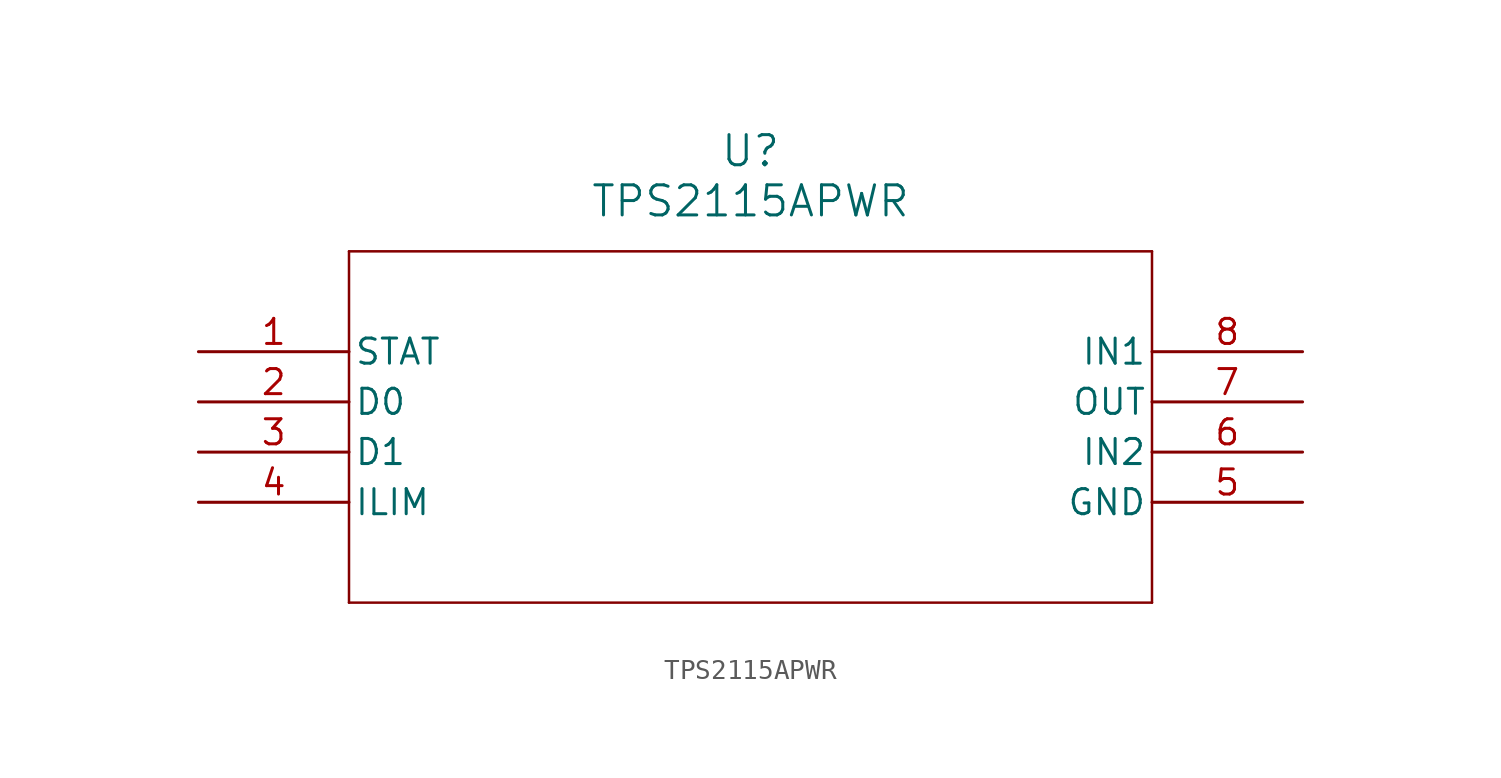
<source format=kicad_sym>
(kicad_symbol_lib
  (version 20211014)
  (generator kicad_symbol_editor)
  (symbol "TPS2115APWR"
    (pin_names
      (offset 0.254))
    (property "Reference" "U"
      (at 27.94 10.16 0)
      (effects (font (size 1.524 1.524))))
    (property "Value" "TPS2115APWR"
      (at 27.94 7.62 0)
      (effects (font (size 1.524 1.524))))
    (symbol "TPS2115APWR_0_1"
      (polyline (pts (xy 7.62 5.08) (xy 7.62 -12.7)) (stroke (width 0.127) (type default) (color 0 0 0 0)) (fill (type none)))
      (polyline (pts (xy 7.62 -12.7) (xy 48.26 -12.7)) (stroke (width 0.127) (type default) (color 0 0 0 0)) (fill (type none)))
      (polyline (pts (xy 48.26 -12.7) (xy 48.26 5.08)) (stroke (width 0.127) (type default) (color 0 0 0 0)) (fill (type none)))
      (polyline (pts (xy 48.26 5.08) (xy 7.62 5.08)) (stroke (width 0.127) (type default) (color 0 0 0 0)) (fill (type none)))
      (pin output line (at 0 0 0) (length 7.62) (name "STAT" (effects (font (size 1.27 1.27)))) (number "1" (effects (font (size 1.27 1.27)))))
      (pin input line (at 0 -2.54 0) (length 7.62) (name "D0" (effects (font (size 1.27 1.27)))) (number "2" (effects (font (size 1.27 1.27)))))
      (pin input line (at 0 -5.08 0) (length 7.62) (name "D1" (effects (font (size 1.27 1.27)))) (number "3" (effects (font (size 1.27 1.27)))))
      (pin input line (at 0 -7.62 0) (length 7.62) (name "ILIM" (effects (font (size 1.27 1.27)))) (number "4" (effects (font (size 1.27 1.27)))))
      (pin power_in line (at 55.88 -7.62 180) (length 7.62) (name "GND" (effects (font (size 1.27 1.27)))) (number "5" (effects (font (size 1.27 1.27)))))
      (pin input line (at 55.88 -5.08 180) (length 7.62) (name "IN2" (effects (font (size 1.27 1.27)))) (number "6" (effects (font (size 1.27 1.27)))))
      (pin output line (at 55.88 -2.54 180) (length 7.62) (name "OUT" (effects (font (size 1.27 1.27)))) (number "7" (effects (font (size 1.27 1.27)))))
      (pin input line (at 55.88 0 180) (length 7.62) (name "IN1" (effects (font (size 1.27 1.27)))) (number "8" (effects (font (size 1.27 1.27))))))))
</source>
